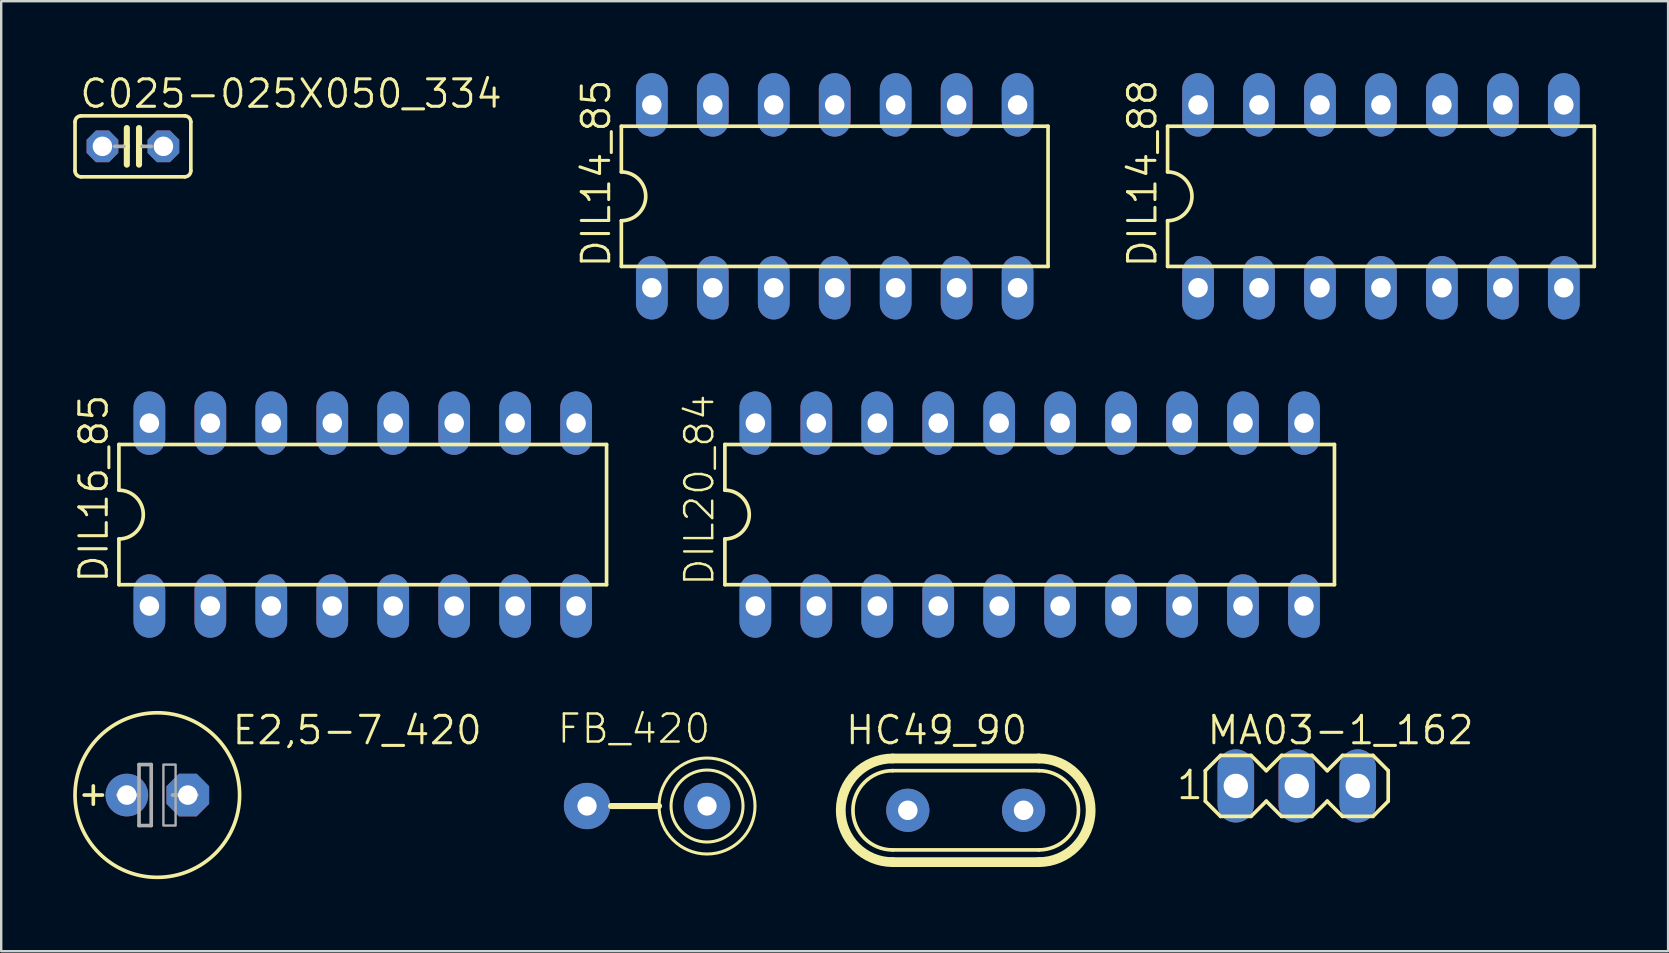
<source format=kicad_pcb>
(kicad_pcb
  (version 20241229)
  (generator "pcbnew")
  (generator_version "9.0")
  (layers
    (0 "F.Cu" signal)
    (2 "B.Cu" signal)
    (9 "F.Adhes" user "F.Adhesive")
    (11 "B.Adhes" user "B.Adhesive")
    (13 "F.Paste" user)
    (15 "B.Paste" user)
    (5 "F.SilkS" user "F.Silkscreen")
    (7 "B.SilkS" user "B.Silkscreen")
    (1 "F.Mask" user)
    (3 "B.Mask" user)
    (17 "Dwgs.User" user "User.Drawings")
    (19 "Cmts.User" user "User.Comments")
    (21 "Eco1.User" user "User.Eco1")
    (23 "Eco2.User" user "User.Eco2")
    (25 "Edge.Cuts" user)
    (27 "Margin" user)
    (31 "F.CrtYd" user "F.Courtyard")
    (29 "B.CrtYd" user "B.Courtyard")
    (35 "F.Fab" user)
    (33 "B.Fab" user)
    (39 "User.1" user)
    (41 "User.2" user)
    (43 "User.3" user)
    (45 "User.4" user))
  (footprint "DIL14_88"
    (layer "F.Cu")
    (at 54.492 5.131)
    (property "Reference" "DIL14_88" (at -9.271 3.048 90) (unlocked yes) (layer "F.SilkS") (effects (font (size 1.143 1.143) (thickness 0.127)) (justify left bottom)))
    (fp_line (start -8.89 -2.921) (end -8.89 -1.016) (stroke (width 0.152) (type solid)) (layer "F.SilkS"))
    (fp_line (start -8.89 2.921) (end -8.89 1.016) (stroke (width 0.152) (type solid)) (layer "F.SilkS"))
    (fp_line (start -8.89 2.921) (end 8.89 2.921) (stroke (width 0.152) (type solid)) (layer "F.SilkS"))
    (fp_line (start 8.89 -2.921) (end -8.89 -2.921) (stroke (width 0.152) (type solid)) (layer "F.SilkS"))
    (fp_line (start 8.89 -2.921) (end 8.89 2.921) (stroke (width 0.152) (type solid)) (layer "F.SilkS"))
    (fp_arc (start -8.89 -1.016) (mid -7.874 0) (end -8.89 1.016) (stroke (width 0.1524) (type solid)) (layer "F.SilkS"))
    (pad "1" thru_hole oval (at -7.62 3.81 90) (size 2.642 1.321) (drill 0.813) (layers "*.Cu" "*.Mask"))
    (pad "2" thru_hole oval (at -5.08 3.81 90) (size 2.642 1.321) (drill 0.813) (layers "*.Cu" "*.Mask"))
    (pad "3" thru_hole oval (at -2.54 3.81 90) (size 2.642 1.321) (drill 0.813) (layers "*.Cu" "*.Mask"))
    (pad "4" thru_hole oval (at 0 3.81 90) (size 2.642 1.321) (drill 0.813) (layers "*.Cu" "*.Mask"))
    (pad "5" thru_hole oval (at 2.54 3.81 90) (size 2.642 1.321) (drill 0.813) (layers "*.Cu" "*.Mask"))
    (pad "6" thru_hole oval (at 5.08 3.81 90) (size 2.642 1.321) (drill 0.813) (layers "*.Cu" "*.Mask"))
    (pad "7" thru_hole oval (at 7.62 3.81 90) (size 2.642 1.321) (drill 0.813) (layers "*.Cu" "*.Mask"))
    (pad "8" thru_hole oval (at 7.62 -3.81 90) (size 2.642 1.321) (drill 0.813) (layers "*.Cu" "*.Mask"))
    (pad "9" thru_hole oval (at 5.08 -3.81 90) (size 2.642 1.321) (drill 0.813) (layers "*.Cu" "*.Mask"))
    (pad "10" thru_hole oval (at 2.54 -3.81 90) (size 2.642 1.321) (drill 0.813) (layers "*.Cu" "*.Mask"))
    (pad "11" thru_hole oval (at 0 -3.81 90) (size 2.642 1.321) (drill 0.813) (layers "*.Cu" "*.Mask"))
    (pad "12" thru_hole oval (at -2.54 -3.81 90) (size 2.642 1.321) (drill 0.813) (layers "*.Cu" "*.Mask"))
    (pad "13" thru_hole oval (at -5.08 -3.81 90) (size 2.642 1.321) (drill 0.813) (layers "*.Cu" "*.Mask"))
    (pad "14" thru_hole oval (at -7.62 -3.81 90) (size 2.642 1.321) (drill 0.813) (layers "*.Cu" "*.Mask")))
  (footprint "FB_420"
    (layer "F.Cu")
    (at 23.911 30.536)
    (property "Reference" "FB_420" (at -3.81 -2.54 0) (unlocked yes) (layer "F.SilkS") (effects (font (size 1.168 1.168) (thickness 0.102)) (justify left bottom)))
    (fp_line (start 0.5 0) (end -1.5 0) (stroke (width 0.254) (type solid)) (layer "F.SilkS"))
    (fp_circle (center 2.5 0) (end 4 0) (stroke (width 0.127) (type solid)) (fill no) (layer "F.SilkS"))
    (fp_circle (center 2.5 0) (end 4.5 0) (stroke (width 0.127) (type solid)) (fill no) (layer "F.SilkS"))
    (pad "P$1" thru_hole circle (at -2.5 0) (size 1.93 1.93) (drill 0.8) (layers "*.Cu" "*.Mask"))
    (pad "P$2" thru_hole circle (at 2.5 0) (size 1.93 1.93) (drill 0.8) (layers "*.Cu" "*.Mask")))
  (footprint "C025-025X050_334"
    (layer "F.Cu")
    (at 2.489 3.048)
    (property "Reference" "C025-025X050_334" (at -2.286 -1.524 0) (unlocked yes) (layer "F.SilkS") (effects (font (size 1.143 1.143) (thickness 0.127)) (justify left bottom)))
    (fp_line (start -2.413 -1.016) (end -2.413 1.016) (stroke (width 0.152) (type solid)) (layer "F.SilkS"))
    (fp_line (start -2.159 -1.27) (end 2.159 -1.27) (stroke (width 0.152) (type solid)) (layer "F.SilkS"))
    (fp_line (start -0.254 -0.762) (end -0.254 0) (stroke (width 0.254) (type solid)) (layer "F.SilkS"))
    (fp_line (start -0.254 0) (end -0.381 0) (stroke (width 0.152) (type solid)) (layer "F.SilkS"))
    (fp_line (start -0.254 0) (end -0.254 0.762) (stroke (width 0.254) (type solid)) (layer "F.SilkS"))
    (fp_line (start 0.254 0) (end 0.254 -0.762) (stroke (width 0.254) (type solid)) (layer "F.SilkS"))
    (fp_line (start 0.254 0) (end 0.254 0.762) (stroke (width 0.254) (type solid)) (layer "F.SilkS"))
    (fp_line (start 0.381 0) (end 0.254 0) (stroke (width 0.152) (type solid)) (layer "F.SilkS"))
    (fp_line (start 2.159 1.27) (end -2.159 1.27) (stroke (width 0.152) (type solid)) (layer "F.SilkS"))
    (fp_line (start 2.413 -1.016) (end 2.413 1.016) (stroke (width 0.152) (type solid)) (layer "F.SilkS"))
    (fp_arc (start -2.413 -1.016) (mid -2.338605 -1.195605) (end -2.159 -1.27) (stroke (width 0.1524) (type solid)) (layer "F.SilkS"))
    (fp_arc (start -2.159 1.27) (mid -2.338605 1.195605) (end -2.413 1.016) (stroke (width 0.1524) (type solid)) (layer "F.SilkS"))
    (fp_arc (start 2.159 -1.27) (mid 2.338605 -1.195605) (end 2.413 -1.016) (stroke (width 0.1524) (type solid)) (layer "F.SilkS"))
    (fp_arc (start 2.413 1.016) (mid 2.338605 1.195605) (end 2.159 1.27) (stroke (width 0.1524) (type solid)) (layer "F.SilkS"))
    (fp_line (start -0.381 0) (end -0.762 0) (stroke (width 0.152) (type solid)) (layer "F.Fab"))
    (fp_line (start 0.762 0) (end 0.381 0) (stroke (width 0.152) (type solid)) (layer "F.Fab"))
    (pad "1" thru_hole roundrect (at -1.27 0) (size 1.321 1.321) (drill 0.813) (layers "*.Cu" "*.Mask") (roundrect_rratio 0.25) (chamfer_ratio 0.293) (chamfer top_left top_right bottom_left bottom_right))
    (pad "2" thru_hole roundrect (at 1.27 0) (size 1.321 1.321) (drill 0.813) (layers "*.Cu" "*.Mask") (roundrect_rratio 0.25) (chamfer_ratio 0.293) (chamfer top_left top_right bottom_left bottom_right)))
  (footprint "E2,5-7_420"
    (layer "F.Cu")
    (at 3.505 30.079)
    (property "Reference" "E2,5-7_420" (at 3.048 -2.032 0) (unlocked yes) (layer "F.SilkS") (effects (font (size 1.143 1.143) (thickness 0.127)) (justify left bottom)))
    (fp_line (start -3.048 0) (end -2.286 0) (stroke (width 0.152) (type solid)) (layer "F.SilkS"))
    (fp_line (start -2.667 0.381) (end -2.667 -0.381) (stroke (width 0.152) (type solid)) (layer "F.SilkS"))
    (fp_circle (center 0 0) (end 3.429 0) (stroke (width 0.152) (type solid)) (fill no) (layer "F.SilkS"))
    (fp_line (start -1.651 0) (end -0.762 0) (stroke (width 0.152) (type solid)) (layer "F.Fab"))
    (fp_line (start -0.762 -1.27) (end -0.762 0) (stroke (width 0.152) (type solid)) (layer "F.Fab"))
    (fp_line (start -0.762 0) (end -0.762 1.27) (stroke (width 0.152) (type solid)) (layer "F.Fab"))
    (fp_line (start -0.762 1.27) (end -0.254 1.27) (stroke (width 0.152) (type solid)) (layer "F.Fab"))
    (fp_line (start -0.254 -1.27) (end -0.762 -1.27) (stroke (width 0.152) (type solid)) (layer "F.Fab"))
    (fp_line (start -0.254 1.27) (end -0.254 -1.27) (stroke (width 0.152) (type solid)) (layer "F.Fab"))
    (fp_line (start 0.635 0) (end 1.651 0) (stroke (width 0.152) (type solid)) (layer "F.Fab"))
    (fp_poly (pts (xy 0.254 1.27) (xy 0.762 1.27) (xy 0.762 -1.27) (xy 0.254 -1.27)) (stroke (width 0.1) (type default)) (fill no) (layer "F.Fab"))
    (pad "+" thru_hole circle (at -1.27 0) (size 1.778 1.778) (drill 0.813) (layers "*.Cu" "*.Mask"))
    (pad "-" thru_hole roundrect (at 1.27 0) (size 1.778 1.778) (drill 0.813) (layers "*.Cu" "*.Mask") (roundrect_rratio 0.25) (chamfer_ratio 0.293) (chamfer top_left top_right bottom_left bottom_right)))
  (footprint "MA03-1_162"
    (layer "F.Cu")
    (at 50.985 29.698)
    (property "Reference" "MA03-1_162" (at -3.81 -1.651 0) (unlocked yes) (layer "F.SilkS") (effects (font (size 1.143 1.143) (thickness 0.127)) (justify left bottom)))
    (fp_line (start -3.81 -0.635) (end -3.81 0.635) (stroke (width 0.152) (type solid)) (layer "F.SilkS"))
    (fp_line (start -3.81 0.635) (end -3.175 1.27) (stroke (width 0.152) (type solid)) (layer "F.SilkS"))
    (fp_line (start -3.175 -1.27) (end -3.81 -0.635) (stroke (width 0.152) (type solid)) (layer "F.SilkS"))
    (fp_line (start -3.175 -1.27) (end -1.905 -1.27) (stroke (width 0.152) (type solid)) (layer "F.SilkS"))
    (fp_line (start -1.905 -1.27) (end -1.27 -0.635) (stroke (width 0.152) (type solid)) (layer "F.SilkS"))
    (fp_line (start -1.905 1.27) (end -3.175 1.27) (stroke (width 0.152) (type solid)) (layer "F.SilkS"))
    (fp_line (start -1.27 -0.635) (end -0.635 -1.27) (stroke (width 0.152) (type solid)) (layer "F.SilkS"))
    (fp_line (start -1.27 0.635) (end -1.905 1.27) (stroke (width 0.152) (type solid)) (layer "F.SilkS"))
    (fp_line (start -0.635 -1.27) (end 0.635 -1.27) (stroke (width 0.152) (type solid)) (layer "F.SilkS"))
    (fp_line (start -0.635 1.27) (end -1.27 0.635) (stroke (width 0.152) (type solid)) (layer "F.SilkS"))
    (fp_line (start 0.635 -1.27) (end 1.27 -0.635) (stroke (width 0.152) (type solid)) (layer "F.SilkS"))
    (fp_line (start 0.635 1.27) (end -0.635 1.27) (stroke (width 0.152) (type solid)) (layer "F.SilkS"))
    (fp_line (start 1.27 -0.635) (end 1.905 -1.27) (stroke (width 0.152) (type solid)) (layer "F.SilkS"))
    (fp_line (start 1.27 0.635) (end 0.635 1.27) (stroke (width 0.152) (type solid)) (layer "F.SilkS"))
    (fp_line (start 1.905 -1.27) (end 3.175 -1.27) (stroke (width 0.152) (type solid)) (layer "F.SilkS"))
    (fp_line (start 1.905 1.27) (end 1.27 0.635) (stroke (width 0.152) (type solid)) (layer "F.SilkS"))
    (fp_line (start 3.175 -1.27) (end 3.81 -0.635) (stroke (width 0.152) (type solid)) (layer "F.SilkS"))
    (fp_line (start 3.175 1.27) (end 1.905 1.27) (stroke (width 0.152) (type solid)) (layer "F.SilkS"))
    (fp_line (start 3.81 -0.635) (end 3.81 0.635) (stroke (width 0.152) (type solid)) (layer "F.SilkS"))
    (fp_line (start 3.81 0.635) (end 3.175 1.27) (stroke (width 0.152) (type solid)) (layer "F.SilkS"))
    (fp_poly (pts (xy -2.794 0.254) (xy -2.286 0.254) (xy -2.286 -0.254) (xy -2.794 -0.254)) (stroke (width 0.1) (type default)) (fill no) (layer "F.Fab"))
    (fp_poly (pts (xy -0.254 0.254) (xy 0.254 0.254) (xy 0.254 -0.254) (xy -0.254 -0.254)) (stroke (width 0.1) (type default)) (fill no) (layer "F.Fab"))
    (fp_poly (pts (xy 2.286 0.254) (xy 2.794 0.254) (xy 2.794 -0.254) (xy 2.286 -0.254)) (stroke (width 0.1) (type default)) (fill no) (layer "F.Fab"))
    (fp_text user "1" (at -5.08 0.635 0) (unlocked yes) (layer "F.SilkS") (effects (font (size 1.143 1.143) (thickness 0.127)) (justify left bottom)))
    (pad "1" thru_hole oval (at -2.54 0 90) (size 3.048 1.524) (drill 1.016) (layers "*.Cu" "*.Mask"))
    (pad "2" thru_hole oval (at 0 0 90) (size 3.048 1.524) (drill 1.016) (layers "*.Cu" "*.Mask"))
    (pad "3" thru_hole oval (at 2.54 0 90) (size 3.048 1.524) (drill 1.016) (layers "*.Cu" "*.Mask")))
  (footprint "DIL16_85"
    (layer "F.Cu")
    (at 12.065 18.392)
    (property "Reference" "DIL16_85" (at -10.541 2.921 90) (unlocked yes) (layer "F.SilkS") (effects (font (size 1.143 1.143) (thickness 0.127)) (justify left bottom)))
    (fp_line (start -10.16 -2.921) (end -10.16 -1.016) (stroke (width 0.152) (type solid)) (layer "F.SilkS"))
    (fp_line (start -10.16 2.921) (end -10.16 1.016) (stroke (width 0.152) (type solid)) (layer "F.SilkS"))
    (fp_line (start -10.16 2.921) (end 10.16 2.921) (stroke (width 0.152) (type solid)) (layer "F.SilkS"))
    (fp_line (start 10.16 -2.921) (end -10.16 -2.921) (stroke (width 0.152) (type solid)) (layer "F.SilkS"))
    (fp_line (start 10.16 -2.921) (end 10.16 2.921) (stroke (width 0.152) (type solid)) (layer "F.SilkS"))
    (fp_arc (start -10.16 -1.016) (mid -9.144 0) (end -10.16 1.016) (stroke (width 0.1524) (type solid)) (layer "F.SilkS"))
    (pad "1" thru_hole oval (at -8.89 3.81 90) (size 2.642 1.321) (drill 0.813) (layers "*.Cu" "*.Mask"))
    (pad "2" thru_hole oval (at -6.35 3.81 90) (size 2.642 1.321) (drill 0.813) (layers "*.Cu" "*.Mask"))
    (pad "3" thru_hole oval (at -3.81 3.81 90) (size 2.642 1.321) (drill 0.813) (layers "*.Cu" "*.Mask"))
    (pad "4" thru_hole oval (at -1.27 3.81 90) (size 2.642 1.321) (drill 0.813) (layers "*.Cu" "*.Mask"))
    (pad "5" thru_hole oval (at 1.27 3.81 90) (size 2.642 1.321) (drill 0.813) (layers "*.Cu" "*.Mask"))
    (pad "6" thru_hole oval (at 3.81 3.81 90) (size 2.642 1.321) (drill 0.813) (layers "*.Cu" "*.Mask"))
    (pad "7" thru_hole oval (at 6.35 3.81 90) (size 2.642 1.321) (drill 0.813) (layers "*.Cu" "*.Mask"))
    (pad "8" thru_hole oval (at 8.89 3.81 90) (size 2.642 1.321) (drill 0.813) (layers "*.Cu" "*.Mask"))
    (pad "9" thru_hole oval (at 8.89 -3.81 90) (size 2.642 1.321) (drill 0.813) (layers "*.Cu" "*.Mask"))
    (pad "10" thru_hole oval (at 6.35 -3.81 90) (size 2.642 1.321) (drill 0.813) (layers "*.Cu" "*.Mask"))
    (pad "11" thru_hole oval (at 3.81 -3.81 90) (size 2.642 1.321) (drill 0.813) (layers "*.Cu" "*.Mask"))
    (pad "12" thru_hole oval (at 1.27 -3.81 90) (size 2.642 1.321) (drill 0.813) (layers "*.Cu" "*.Mask"))
    (pad "13" thru_hole oval (at -1.27 -3.81 90) (size 2.642 1.321) (drill 0.813) (layers "*.Cu" "*.Mask"))
    (pad "14" thru_hole oval (at -3.81 -3.81 90) (size 2.642 1.321) (drill 0.813) (layers "*.Cu" "*.Mask"))
    (pad "15" thru_hole oval (at -6.35 -3.81 90) (size 2.642 1.321) (drill 0.813) (layers "*.Cu" "*.Mask"))
    (pad "16" thru_hole oval (at -8.89 -3.81 90) (size 2.642 1.321) (drill 0.813) (layers "*.Cu" "*.Mask")))
  (footprint "DIL20_84"
    (layer "F.Cu")
    (at 39.855 18.392)
    (property "Reference" "DIL20_84" (at -13.081 3.048 90) (unlocked yes) (layer "F.SilkS") (effects (font (size 1.168 1.168) (thickness 0.102)) (justify left bottom)))
    (fp_line (start -12.7 -2.921) (end -12.7 -1.016) (stroke (width 0.152) (type solid)) (layer "F.SilkS"))
    (fp_line (start -12.7 2.921) (end -12.7 1.016) (stroke (width 0.152) (type solid)) (layer "F.SilkS"))
    (fp_line (start -12.7 2.921) (end 12.7 2.921) (stroke (width 0.152) (type solid)) (layer "F.SilkS"))
    (fp_line (start 12.7 -2.921) (end -12.7 -2.921) (stroke (width 0.152) (type solid)) (layer "F.SilkS"))
    (fp_line (start 12.7 -2.921) (end 12.7 2.921) (stroke (width 0.152) (type solid)) (layer "F.SilkS"))
    (fp_arc (start -12.7 -1.016) (mid -11.684 0) (end -12.7 1.016) (stroke (width 0.1524) (type solid)) (layer "F.SilkS"))
    (pad "1" thru_hole oval (at -11.43 3.81 90) (size 2.642 1.321) (drill 0.813) (layers "*.Cu" "*.Mask"))
    (pad "2" thru_hole oval (at -8.89 3.81 90) (size 2.642 1.321) (drill 0.813) (layers "*.Cu" "*.Mask"))
    (pad "3" thru_hole oval (at -6.35 3.81 90) (size 2.642 1.321) (drill 0.813) (layers "*.Cu" "*.Mask"))
    (pad "4" thru_hole oval (at -3.81 3.81 90) (size 2.642 1.321) (drill 0.813) (layers "*.Cu" "*.Mask"))
    (pad "5" thru_hole oval (at -1.27 3.81 90) (size 2.642 1.321) (drill 0.813) (layers "*.Cu" "*.Mask"))
    (pad "6" thru_hole oval (at 1.27 3.81 90) (size 2.642 1.321) (drill 0.813) (layers "*.Cu" "*.Mask"))
    (pad "7" thru_hole oval (at 3.81 3.81 90) (size 2.642 1.321) (drill 0.813) (layers "*.Cu" "*.Mask"))
    (pad "8" thru_hole oval (at 6.35 3.81 90) (size 2.642 1.321) (drill 0.813) (layers "*.Cu" "*.Mask"))
    (pad "9" thru_hole oval (at 8.89 3.81 90) (size 2.642 1.321) (drill 0.813) (layers "*.Cu" "*.Mask"))
    (pad "10" thru_hole oval (at 11.43 3.81 90) (size 2.642 1.321) (drill 0.813) (layers "*.Cu" "*.Mask"))
    (pad "11" thru_hole oval (at 11.43 -3.81 90) (size 2.642 1.321) (drill 0.813) (layers "*.Cu" "*.Mask"))
    (pad "12" thru_hole oval (at 8.89 -3.81 90) (size 2.642 1.321) (drill 0.813) (layers "*.Cu" "*.Mask"))
    (pad "13" thru_hole oval (at 6.35 -3.81 90) (size 2.642 1.321) (drill 0.813) (layers "*.Cu" "*.Mask"))
    (pad "14" thru_hole oval (at 3.81 -3.81 90) (size 2.642 1.321) (drill 0.813) (layers "*.Cu" "*.Mask"))
    (pad "15" thru_hole oval (at 1.27 -3.81 90) (size 2.642 1.321) (drill 0.813) (layers "*.Cu" "*.Mask"))
    (pad "16" thru_hole oval (at -1.27 -3.81 90) (size 2.642 1.321) (drill 0.813) (layers "*.Cu" "*.Mask"))
    (pad "17" thru_hole oval (at -3.81 -3.81 90) (size 2.642 1.321) (drill 0.813) (layers "*.Cu" "*.Mask"))
    (pad "18" thru_hole oval (at -6.35 -3.81 90) (size 2.642 1.321) (drill 0.813) (layers "*.Cu" "*.Mask"))
    (pad "19" thru_hole oval (at -8.89 -3.81 90) (size 2.642 1.321) (drill 0.813) (layers "*.Cu" "*.Mask"))
    (pad "20" thru_hole oval (at -11.43 -3.81 90) (size 2.642 1.321) (drill 0.813) (layers "*.Cu" "*.Mask")))
  (footprint "DIL14_85"
    (layer "F.Cu")
    (at 31.731 5.131)
    (property "Reference" "DIL14_85" (at -9.271 3.048 90) (unlocked yes) (layer "F.SilkS") (effects (font (size 1.143 1.143) (thickness 0.127)) (justify left bottom)))
    (fp_line (start -8.89 -2.921) (end -8.89 -1.016) (stroke (width 0.152) (type solid)) (layer "F.SilkS"))
    (fp_line (start -8.89 2.921) (end -8.89 1.016) (stroke (width 0.152) (type solid)) (layer "F.SilkS"))
    (fp_line (start -8.89 2.921) (end 8.89 2.921) (stroke (width 0.152) (type solid)) (layer "F.SilkS"))
    (fp_line (start 8.89 -2.921) (end -8.89 -2.921) (stroke (width 0.152) (type solid)) (layer "F.SilkS"))
    (fp_line (start 8.89 -2.921) (end 8.89 2.921) (stroke (width 0.152) (type solid)) (layer "F.SilkS"))
    (fp_arc (start -8.89 -1.016) (mid -7.874 0) (end -8.89 1.016) (stroke (width 0.1524) (type solid)) (layer "F.SilkS"))
    (pad "1" thru_hole oval (at -7.62 3.81 90) (size 2.642 1.321) (drill 0.813) (layers "*.Cu" "*.Mask"))
    (pad "2" thru_hole oval (at -5.08 3.81 90) (size 2.642 1.321) (drill 0.813) (layers "*.Cu" "*.Mask"))
    (pad "3" thru_hole oval (at -2.54 3.81 90) (size 2.642 1.321) (drill 0.813) (layers "*.Cu" "*.Mask"))
    (pad "4" thru_hole oval (at 0 3.81 90) (size 2.642 1.321) (drill 0.813) (layers "*.Cu" "*.Mask"))
    (pad "5" thru_hole oval (at 2.54 3.81 90) (size 2.642 1.321) (drill 0.813) (layers "*.Cu" "*.Mask"))
    (pad "6" thru_hole oval (at 5.08 3.81 90) (size 2.642 1.321) (drill 0.813) (layers "*.Cu" "*.Mask"))
    (pad "7" thru_hole oval (at 7.62 3.81 90) (size 2.642 1.321) (drill 0.813) (layers "*.Cu" "*.Mask"))
    (pad "8" thru_hole oval (at 7.62 -3.81 90) (size 2.642 1.321) (drill 0.813) (layers "*.Cu" "*.Mask"))
    (pad "9" thru_hole oval (at 5.08 -3.81 90) (size 2.642 1.321) (drill 0.813) (layers "*.Cu" "*.Mask"))
    (pad "10" thru_hole oval (at 2.54 -3.81 90) (size 2.642 1.321) (drill 0.813) (layers "*.Cu" "*.Mask"))
    (pad "11" thru_hole oval (at 0 -3.81 90) (size 2.642 1.321) (drill 0.813) (layers "*.Cu" "*.Mask"))
    (pad "12" thru_hole oval (at -2.54 -3.81 90) (size 2.642 1.321) (drill 0.813) (layers "*.Cu" "*.Mask"))
    (pad "13" thru_hole oval (at -5.08 -3.81 90) (size 2.642 1.321) (drill 0.813) (layers "*.Cu" "*.Mask"))
    (pad "14" thru_hole oval (at -7.62 -3.81 90) (size 2.642 1.321) (drill 0.813) (layers "*.Cu" "*.Mask")))
  (footprint "HC49_90"
    (layer "F.Cu")
    (at 37.19 30.714)
    (property "Reference" "HC49_90" (at -5.08 -2.667 0) (unlocked yes) (layer "F.SilkS") (effects (font (size 1.143 1.143) (thickness 0.127)) (justify left bottom)))
    (fp_line (start -3.048 -2.159) (end 3.048 -2.159) (stroke (width 0.406) (type solid)) (layer "F.SilkS"))
    (fp_line (start -3.048 1.651) (end 3.048 1.651) (stroke (width 0.152) (type solid)) (layer "F.SilkS"))
    (fp_line (start -3.048 2.159) (end 3.048 2.159) (stroke (width 0.406) (type solid)) (layer "F.SilkS"))
    (fp_line (start 3.048 -1.651) (end -3.048 -1.651) (stroke (width 0.152) (type solid)) (layer "F.SilkS"))
    (fp_arc (start -3.048 1.651) (mid -4.699 0) (end -3.048 -1.651) (stroke (width 0.1524) (type solid)) (layer "F.SilkS"))
    (fp_arc (start -3.048 2.159) (mid -5.207 0) (end -3.048 -2.159) (stroke (width 0.4064) (type solid)) (layer "F.SilkS"))
    (fp_arc (start 3.048 -2.159) (mid 5.207 0) (end 3.048 2.159) (stroke (width 0.4064) (type solid)) (layer "F.SilkS"))
    (fp_arc (start 3.048 -1.651) (mid 4.699 0) (end 3.048 1.651) (stroke (width 0.1524) (type solid)) (layer "F.SilkS"))
    (pad "1" thru_hole circle (at -2.413 0) (size 1.8 1.8) (drill 0.813) (layers "*.Cu" "*.Mask"))
    (pad "2" thru_hole circle (at 2.413 0) (size 1.8 1.8) (drill 0.813) (layers "*.Cu" "*.Mask"))
    (zone (net_name "") (layers "F.Cu" "B.Cu") (hatch edge 0.5) (connect_pads) (min_thickness 0.25) (filled_areas_thickness no) (keepout (tracks allowed) (vias not_allowed) (pads allowed) (copperpour allowed) (footprints allowed)) (placement (enabled no)) (fill) (polygon (pts (xy 31.475 31.984) (xy 32.11 31.984) (xy 32.11 29.444) (xy 31.475 29.444))))
    (zone (net_name "") (layers "F.Cu" "B.Cu") (hatch edge 0.5) (connect_pads) (min_thickness 0.25) (filled_areas_thickness no) (keepout (tracks allowed) (vias not_allowed) (pads allowed) (copperpour allowed) (footprints allowed)) (placement (enabled no)) (fill) (polygon (pts (xy 32.11 32.619) (xy 32.745 32.619) (xy 32.745 28.809) (xy 32.11 28.809))))
    (zone (net_name "") (layers "F.Cu" "B.Cu") (hatch edge 0.5) (connect_pads) (min_thickness 0.25) (filled_areas_thickness no) (keepout (tracks allowed) (vias not_allowed) (pads allowed) (copperpour allowed) (footprints allowed)) (placement (enabled no)) (fill) (polygon (pts (xy 32.745 33.254) (xy 41.635 33.254) (xy 41.635 28.174) (xy 32.745 28.174))))
    (zone (net_name "") (layers "F.Cu" "B.Cu") (hatch edge 0.5) (connect_pads) (min_thickness 0.25) (filled_areas_thickness no) (keepout (tracks allowed) (vias not_allowed) (pads allowed) (copperpour allowed) (footprints allowed)) (placement (enabled no)) (fill) (polygon (pts (xy 41.635 32.619) (xy 42.27 32.619) (xy 42.27 28.809) (xy 41.635 28.809))))
    (zone (net_name "") (layers "F.Cu" "B.Cu") (hatch edge 0.5) (connect_pads) (min_thickness 0.25) (filled_areas_thickness no) (keepout (tracks allowed) (vias not_allowed) (pads allowed) (copperpour allowed) (footprints allowed)) (placement (enabled no)) (fill) (polygon (pts (xy 42.27 31.984) (xy 42.905 31.984) (xy 42.905 29.444) (xy 42.27 29.444)))))
  (gr_rect
    (start -3 -3)
    (end 66.458 36.584)
    (stroke (width 0.1) (type default))
    (fill no)
    (layer "Edge.Cuts")))
</source>
